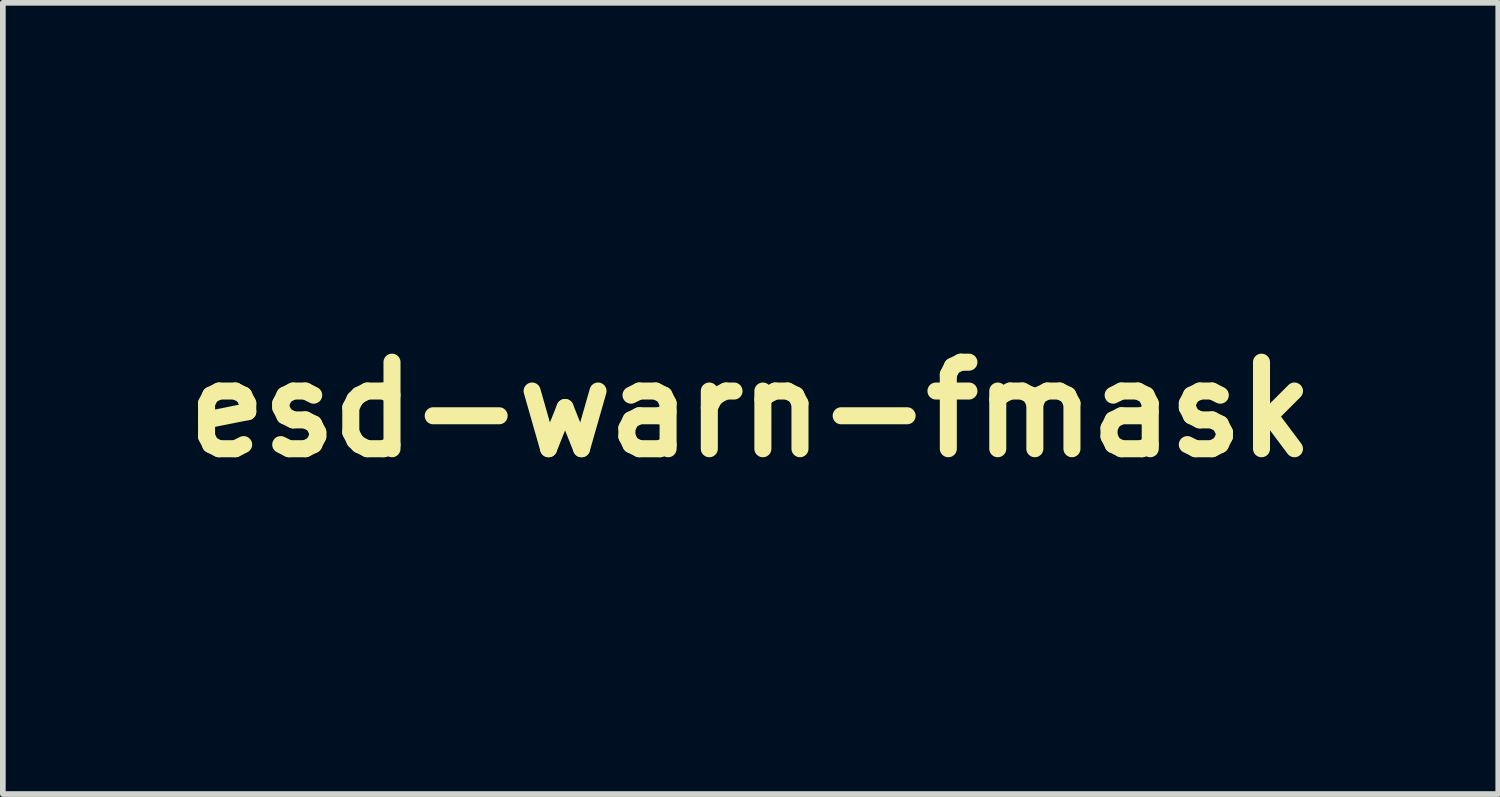
<source format=kicad_pcb>
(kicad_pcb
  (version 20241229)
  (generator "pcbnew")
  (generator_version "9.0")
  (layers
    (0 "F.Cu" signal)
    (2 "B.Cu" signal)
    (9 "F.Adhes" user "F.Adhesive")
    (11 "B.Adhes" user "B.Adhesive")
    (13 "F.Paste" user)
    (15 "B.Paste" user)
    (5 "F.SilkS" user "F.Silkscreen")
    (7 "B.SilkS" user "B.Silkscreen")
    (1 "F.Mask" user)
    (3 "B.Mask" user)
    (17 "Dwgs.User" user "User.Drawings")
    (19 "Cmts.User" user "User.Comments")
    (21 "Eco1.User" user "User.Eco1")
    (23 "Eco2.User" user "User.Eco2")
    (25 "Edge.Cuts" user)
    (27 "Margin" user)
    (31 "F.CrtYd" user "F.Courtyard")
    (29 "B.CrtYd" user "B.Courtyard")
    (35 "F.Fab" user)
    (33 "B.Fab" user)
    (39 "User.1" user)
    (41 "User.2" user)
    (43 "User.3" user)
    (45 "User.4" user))
  (footprint "esd-warn-fmask"
    (layer "F.Cu")
    (at 10.167 4.163)
    (property "Reference" "esd-warn-fmask" (at 0 0 0) (layer "F.SilkS") (effects (font (size 1.524 1.524) (thickness 0.3))))
    (attr through_hole)
    (fp_poly (pts (xy 3.832 3.022) (xy 3.829 3.021) (xy 3.823 3.017) (xy 3.813 3.011) (xy 3.798 3.002) (xy 3.78 2.99) (xy 3.758 2.976) (xy 3.732 2.96) (xy 3.703 2.942) (xy 3.671 2.922) (xy 3.635 2.9) (xy 3.596 2.875) (xy 3.554 2.849) (xy 3.509 2.821) (xy 3.462 2.791) (xy 3.411 2.76) (xy 3.358 2.727) (xy 3.303 2.692) (xy 3.245 2.656) (xy 3.185 2.618) (xy 3.123 2.58) (xy 3.059 2.539) (xy 2.993 2.498) (xy 2.925 2.456) (xy 2.856 2.412) (xy 2.785 2.368) (xy 2.712 2.323) (xy 2.639 2.277) (xy 2.564 2.23) (xy 2.488 2.182) (xy 2.48 2.177) (xy 2.404 2.13) (xy 2.329 2.083) (xy 2.255 2.037) (xy 2.182 1.991) (xy 2.111 1.947) (xy 2.042 1.903) (xy 1.974 1.861) (xy 1.907 1.819) (xy 1.843 1.779) (xy 1.781 1.74) (xy 1.721 1.703) (xy 1.663 1.666) (xy 1.607 1.631) (xy 1.554 1.598) (xy 1.503 1.566) (xy 1.455 1.536) (xy 1.41 1.508) (xy 1.368 1.482) (xy 1.328 1.457) (xy 1.292 1.435) (xy 1.259 1.414) (xy 1.23 1.396) (xy 1.204 1.379) (xy 1.182 1.365) (xy 1.163 1.354) (xy 1.148 1.345) (xy 1.137 1.338) (xy 1.131 1.333) (xy 1.128 1.332) (xy 1.128 1.332) (xy 1.128 1.331) (xy 1.128 1.331) (xy 1.13 1.329) (xy 1.132 1.326) (xy 1.136 1.322) (xy 1.141 1.316) (xy 1.149 1.308) (xy 1.158 1.298) (xy 1.17 1.285) (xy 1.185 1.27) (xy 1.202 1.251) (xy 1.223 1.229) (xy 1.223 1.229) (xy 1.24 1.21) (xy 1.258 1.192) (xy 1.275 1.173) (xy 1.293 1.153) (xy 1.311 1.133) (xy 1.33 1.112) (xy 1.35 1.089) (xy 1.372 1.064) (xy 1.395 1.038) (xy 1.419 1.01) (xy 1.446 0.979) (xy 1.474 0.946) (xy 1.505 0.91) (xy 1.539 0.87) (xy 1.575 0.828) (xy 1.614 0.782) (xy 1.625 0.768) (xy 1.674 0.711) (xy 1.719 0.658) (xy 1.762 0.608) (xy 1.803 0.56) (xy 1.842 0.515) (xy 1.88 0.471) (xy 1.917 0.428) (xy 1.953 0.387) (xy 1.99 0.345) (xy 2.026 0.304) (xy 2.063 0.262) (xy 2.101 0.22) (xy 2.141 0.176) (xy 2.162 0.152) (xy 2.179 0.133) (xy 2.195 0.116) (xy 2.209 0.1) (xy 2.222 0.086) (xy 2.233 0.074) (xy 2.241 0.065) (xy 2.247 0.059) (xy 2.25 0.056) (xy 2.25 0.056) (xy 2.251 0.058) (xy 2.255 0.065) (xy 2.261 0.076) (xy 2.269 0.091) (xy 2.279 0.11) (xy 2.291 0.132) (xy 2.306 0.159) (xy 2.322 0.189) (xy 2.34 0.223) (xy 2.36 0.261) (xy 2.381 0.301) (xy 2.405 0.345) (xy 2.43 0.392) (xy 2.457 0.442) (xy 2.485 0.494) (xy 2.514 0.55) (xy 2.545 0.608) (xy 2.577 0.668) (xy 2.611 0.731) (xy 2.646 0.796) (xy 2.681 0.863) (xy 2.718 0.932) (xy 2.756 1.004) (xy 2.795 1.077) (xy 2.835 1.151) (xy 2.876 1.227) (xy 2.917 1.305) (xy 2.959 1.384) (xy 3.002 1.464) (xy 3.031 1.519) (xy 3.074 1.6) (xy 3.117 1.68) (xy 3.159 1.759) (xy 3.2 1.836) (xy 3.241 1.912) (xy 3.28 1.987) (xy 3.319 2.06) (xy 3.357 2.131) (xy 3.394 2.2) (xy 3.43 2.267) (xy 3.464 2.332) (xy 3.498 2.395) (xy 3.53 2.455) (xy 3.561 2.513) (xy 3.59 2.568) (xy 3.618 2.621) (xy 3.645 2.67) (xy 3.67 2.717) (xy 3.693 2.761) (xy 3.714 2.801) (xy 3.734 2.838) (xy 3.752 2.872) (xy 3.768 2.902) (xy 3.782 2.928) (xy 3.794 2.951) (xy 3.804 2.97) (xy 3.812 2.984) (xy 3.817 2.995) (xy 3.821 3.001) (xy 3.822 3.002) (xy 3.826 3.011) (xy 3.83 3.018) (xy 3.831 3.022) (xy 3.832 3.022)) (stroke (width 0) (type solid)) (fill yes) (layer "F.Mask"))
    (fp_poly (pts (xy 1.478 -1.391) (xy 1.476 -1.389) (xy 1.471 -1.385) (xy 1.462 -1.378) (xy 1.451 -1.37) (xy 1.439 -1.361) (xy 1.425 -1.352) (xy 1.411 -1.342) (xy 1.398 -1.333) (xy 1.392 -1.329) (xy 1.313 -1.279) (xy 1.232 -1.231) (xy 1.149 -1.187) (xy 1.062 -1.145) (xy 0.973 -1.106) (xy 0.881 -1.069) (xy 0.785 -1.035) (xy 0.686 -1.003) (xy 0.582 -0.974) (xy 0.475 -0.947) (xy 0.363 -0.922) (xy 0.278 -0.905) (xy 0.254 -0.9) (xy 0.23 -0.895) (xy 0.206 -0.891) (xy 0.182 -0.887) (xy 0.158 -0.883) (xy 0.133 -0.878) (xy 0.106 -0.874) (xy 0.078 -0.869) (xy 0.048 -0.865) (xy 0.016 -0.86) (xy -0.019 -0.854) (xy -0.057 -0.849) (xy -0.099 -0.842) (xy -0.144 -0.836) (xy -0.193 -0.829) (xy -0.247 -0.821) (xy -0.276 -0.817) (xy -0.326 -0.809) (xy -0.373 -0.802) (xy -0.415 -0.796) (xy -0.454 -0.79) (xy -0.49 -0.784) (xy -0.523 -0.779) (xy -0.554 -0.773) (xy -0.583 -0.768) (xy -0.612 -0.763) (xy -0.64 -0.757) (xy -0.655 -0.754) (xy -0.729 -0.738) (xy -0.798 -0.721) (xy -0.863 -0.702) (xy -0.923 -0.683) (xy -0.979 -0.662) (xy -1.031 -0.639) (xy -1.079 -0.616) (xy -1.124 -0.59) (xy -1.166 -0.563) (xy -1.204 -0.534) (xy -1.24 -0.503) (xy -1.268 -0.476) (xy -1.279 -0.463) (xy -1.29 -0.451) (xy -1.3 -0.439) (xy -1.311 -0.426) (xy -1.322 -0.411) (xy -1.333 -0.394) (xy -1.347 -0.375) (xy -1.362 -0.352) (xy -1.374 -0.333) (xy -1.385 -0.316) (xy -1.395 -0.301) (xy -1.403 -0.288) (xy -1.411 -0.277) (xy -1.416 -0.269) (xy -1.419 -0.265) (xy -1.419 -0.264) (xy -1.422 -0.265) (xy -1.428 -0.269) (xy -1.438 -0.275) (xy -1.452 -0.283) (xy -1.469 -0.293) (xy -1.488 -0.305) (xy -1.511 -0.319) (xy -1.536 -0.334) (xy -1.562 -0.351) (xy -1.591 -0.369) (xy -1.622 -0.388) (xy -1.653 -0.407) (xy -1.665 -0.415) (xy -1.697 -0.435) (xy -1.728 -0.454) (xy -1.758 -0.473) (xy -1.785 -0.49) (xy -1.811 -0.506) (xy -1.834 -0.521) (xy -1.855 -0.534) (xy -1.872 -0.545) (xy -1.887 -0.554) (xy -1.898 -0.561) (xy -1.906 -0.566) (xy -1.909 -0.569) (xy -1.91 -0.569) (xy -1.909 -0.571) (xy -1.905 -0.578) (xy -1.899 -0.589) (xy -1.891 -0.604) (xy -1.881 -0.623) (xy -1.869 -0.646) (xy -1.855 -0.673) (xy -1.838 -0.704) (xy -1.82 -0.738) (xy -1.8 -0.776) (xy -1.778 -0.817) (xy -1.754 -0.862) (xy -1.729 -0.91) (xy -1.702 -0.961) (xy -1.673 -1.015) (xy -1.643 -1.071) (xy -1.611 -1.131) (xy -1.578 -1.193) (xy -1.543 -1.258) (xy -1.508 -1.325) (xy -1.471 -1.395) (xy -1.432 -1.467) (xy -1.393 -1.541) (xy -1.352 -1.617) (xy -1.311 -1.695) (xy -1.268 -1.774) (xy -1.225 -1.856) (xy -1.181 -1.939) (xy -1.136 -2.024) (xy -1.09 -2.11) (xy -1.043 -2.197) (xy -0.996 -2.286) (xy -0.957 -2.358) (xy -0.91 -2.448) (xy -0.863 -2.536) (xy -0.816 -2.623) (xy -0.77 -2.709) (xy -0.725 -2.794) (xy -0.681 -2.877) (xy -0.638 -2.958) (xy -0.595 -3.037) (xy -0.554 -3.115) (xy -0.514 -3.191) (xy -0.474 -3.265) (xy -0.436 -3.337) (xy -0.399 -3.406) (xy -0.363 -3.473) (xy -0.329 -3.537) (xy -0.296 -3.599) (xy -0.264 -3.659) (xy -0.234 -3.715) (xy -0.206 -3.769) (xy -0.179 -3.819) (xy -0.154 -3.867) (xy -0.13 -3.911) (xy -0.108 -3.952) (xy -0.088 -3.989) (xy -0.07 -4.023) (xy -0.054 -4.054) (xy -0.04 -4.08) (xy -0.028 -4.103) (xy -0.018 -4.121) (xy -0.01 -4.136) (xy -0.005 -4.147) (xy -0.001 -4.153) (xy -0.000333 -4.154) (xy 0.004 -4.163) (xy 0.741 -2.778) (xy 0.783 -2.699) (xy 0.824 -2.621) (xy 0.865 -2.545) (xy 0.905 -2.47) (xy 0.944 -2.397) (xy 0.982 -2.325) (xy 1.019 -2.255) (xy 1.056 -2.187) (xy 1.091 -2.12) (xy 1.125 -2.056) (xy 1.158 -1.994) (xy 1.19 -1.934) (xy 1.22 -1.877) (xy 1.249 -1.822) (xy 1.277 -1.77) (xy 1.303 -1.721) (xy 1.328 -1.675) (xy 1.351 -1.631) (xy 1.372 -1.591) (xy 1.392 -1.554) (xy 1.409 -1.521) (xy 1.425 -1.491) (xy 1.439 -1.465) (xy 1.451 -1.442) (xy 1.461 -1.424) (xy 1.469 -1.409) (xy 1.474 -1.399) (xy 1.477 -1.393) (xy 1.478 -1.391)) (stroke (width 0) (type solid)) (fill yes) (layer "F.Mask"))
    (fp_poly (pts (xy 3.486 3.772) (xy -0.369 3.772) (xy -0.376 3.772) (xy -0.376 2.806) (xy -0.379 2.771) (xy -0.387 2.737) (xy -0.399 2.705) (xy -0.404 2.695) (xy -0.414 2.677) (xy -0.426 2.662) (xy -0.44 2.647) (xy -0.457 2.633) (xy -0.461 2.63) (xy -0.489 2.611) (xy -0.514 2.597) (xy -0.539 2.588) (xy -0.562 2.584) (xy -0.585 2.584) (xy -0.608 2.589) (xy -0.63 2.6) (xy -0.653 2.615) (xy -0.676 2.635) (xy -0.686 2.644) (xy -0.695 2.653) (xy -0.704 2.663) (xy -0.713 2.673) (xy -0.722 2.684) (xy -0.732 2.697) (xy -0.743 2.711) (xy -0.754 2.727) (xy -0.768 2.746) (xy -0.783 2.767) (xy -0.8 2.791) (xy -0.819 2.819) (xy -0.84 2.851) (xy -0.842 2.853) (xy -0.865 2.891) (xy -0.883 2.929) (xy -0.898 2.967) (xy -0.908 3.005) (xy -0.913 3.033) (xy -0.914 3.05) (xy -0.915 3.069) (xy -0.914 3.09) (xy -0.913 3.109) (xy -0.912 3.126) (xy -0.91 3.133) (xy -0.903 3.163) (xy -0.894 3.191) (xy -0.883 3.217) (xy -0.87 3.24) (xy -0.855 3.261) (xy -0.839 3.278) (xy -0.823 3.291) (xy -0.806 3.3) (xy -0.799 3.302) (xy -0.787 3.304) (xy -0.772 3.304) (xy -0.758 3.303) (xy -0.747 3.301) (xy -0.732 3.295) (xy -0.715 3.288) (xy -0.697 3.278) (xy -0.679 3.266) (xy -0.67 3.26) (xy -0.646 3.241) (xy -0.619 3.219) (xy -0.592 3.192) (xy -0.563 3.163) (xy -0.535 3.132) (xy -0.506 3.1) (xy -0.484 3.072) (xy -0.455 3.033) (xy -0.431 2.994) (xy -0.411 2.955) (xy -0.396 2.917) (xy -0.385 2.879) (xy -0.378 2.842) (xy -0.376 2.806) (xy -0.376 3.772) (xy -1.621 3.772) (xy -1.621 3.18) (xy -1.623 3.155) (xy -1.627 3.126) (xy -1.633 3.092) (xy -1.641 3.054) (xy -1.651 3.012) (xy -1.664 2.966) (xy -1.667 2.954) (xy -1.677 2.918) (xy -1.686 2.887) (xy -1.695 2.86) (xy -1.703 2.836) (xy -1.71 2.816) (xy -1.717 2.799) (xy -1.725 2.784) (xy -1.732 2.771) (xy -1.74 2.76) (xy -1.748 2.75) (xy -1.757 2.74) (xy -1.764 2.733) (xy -1.787 2.716) (xy -1.812 2.702) (xy -1.839 2.694) (xy -1.868 2.69) (xy -1.877 2.69) (xy -1.899 2.691) (xy -1.917 2.694) (xy -1.933 2.699) (xy -1.938 2.702) (xy -1.946 2.707) (xy -1.952 2.713) (xy -1.956 2.721) (xy -1.958 2.732) (xy -1.959 2.746) (xy -1.959 2.762) (xy -1.959 2.781) (xy -1.957 2.797) (xy -1.954 2.811) (xy -1.953 2.814) (xy -1.941 2.856) (xy -1.925 2.9) (xy -1.906 2.945) (xy -1.883 2.991) (xy -1.857 3.04) (xy -1.826 3.091) (xy -1.794 3.14) (xy -1.776 3.167) (xy -1.76 3.189) (xy -1.746 3.207) (xy -1.734 3.221) (xy -1.722 3.233) (xy -1.711 3.241) (xy -1.701 3.247) (xy -1.691 3.251) (xy -1.69 3.251) (xy -1.682 3.252) (xy -1.67 3.252) (xy -1.658 3.251) (xy -1.648 3.248) (xy -1.644 3.247) (xy -1.635 3.241) (xy -1.629 3.232) (xy -1.624 3.218) (xy -1.621 3.201) (xy -1.621 3.18) (xy -1.621 3.772) (xy -4.224 3.772) (xy -4.212 3.751) (xy -4.211 3.747) (xy -4.207 3.74) (xy -4.2 3.728) (xy -4.192 3.712) (xy -4.181 3.692) (xy -4.168 3.667) (xy -4.153 3.64) (xy -4.136 3.608) (xy -4.117 3.573) (xy -4.097 3.534) (xy -4.074 3.492) (xy -4.05 3.446) (xy -4.024 3.398) (xy -3.997 3.346) (xy -3.967 3.291) (xy -3.937 3.234) (xy -3.905 3.173) (xy -3.871 3.11) (xy -3.836 3.045) (xy -3.8 2.977) (xy -3.763 2.907) (xy -3.724 2.834) (xy -3.684 2.76) (xy -3.643 2.683) (xy -3.602 2.605) (xy -3.559 2.524) (xy -3.515 2.442) (xy -3.471 2.359) (xy -3.425 2.274) (xy -3.379 2.188) (xy -3.333 2.1) (xy -3.286 2.011) (xy -3.25 1.944) (xy -3.202 1.855) (xy -3.155 1.767) (xy -3.109 1.68) (xy -3.063 1.594) (xy -3.018 1.51) (xy -2.974 1.427) (xy -2.931 1.346) (xy -2.888 1.266) (xy -2.847 1.189) (xy -2.807 1.113) (xy -2.768 1.04) (xy -2.729 0.968) (xy -2.693 0.899) (xy -2.657 0.832) (xy -2.623 0.768) (xy -2.59 0.707) (xy -2.558 0.648) (xy -2.528 0.591) (xy -2.5 0.538) (xy -2.473 0.488) (xy -2.448 0.441) (xy -2.424 0.397) (xy -2.403 0.356) (xy -2.383 0.319) (xy -2.365 0.286) (xy -2.349 0.256) (xy -2.335 0.23) (xy -2.323 0.208) (xy -2.313 0.189) (xy -2.305 0.175) (xy -2.3 0.165) (xy -2.297 0.159) (xy -2.296 0.158) (xy -2.293 0.159) (xy -2.287 0.163) (xy -2.277 0.169) (xy -2.263 0.177) (xy -2.246 0.187) (xy -2.227 0.2) (xy -2.204 0.213) (xy -2.18 0.229) (xy -2.153 0.245) (xy -2.125 0.263) (xy -2.095 0.281) (xy -2.065 0.3) (xy -1.836 0.443) (xy -1.841 0.451) (xy -1.843 0.454) (xy -1.847 0.462) (xy -1.854 0.473) (xy -1.862 0.487) (xy -1.871 0.505) (xy -1.883 0.525) (xy -1.895 0.547) (xy -1.908 0.571) (xy -1.922 0.596) (xy -1.93 0.611) (xy -1.967 0.677) (xy -2.002 0.739) (xy -2.035 0.798) (xy -2.066 0.852) (xy -2.095 0.903) (xy -2.122 0.95) (xy -2.148 0.995) (xy -2.173 1.036) (xy -2.197 1.076) (xy -2.219 1.112) (xy -2.238 1.142) (xy -2.249 1.16) (xy -2.258 1.175) (xy -2.266 1.188) (xy -2.271 1.198) (xy -2.276 1.208) (xy -2.28 1.218) (xy -2.284 1.228) (xy -2.286 1.234) (xy -2.293 1.258) (xy -2.297 1.284) (xy -2.3 1.312) (xy -2.301 1.343) (xy -2.301 1.364) (xy -2.3 1.386) (xy -2.298 1.408) (xy -2.296 1.43) (xy -2.292 1.455) (xy -2.288 1.481) (xy -2.283 1.51) (xy -2.276 1.542) (xy -2.268 1.577) (xy -2.259 1.617) (xy -2.253 1.644) (xy -2.241 1.696) (xy -2.228 1.751) (xy -2.215 1.81) (xy -2.202 1.873) (xy -2.188 1.939) (xy -2.174 2.007) (xy -2.164 2.058) (xy -2.157 2.092) (xy -2.15 2.125) (xy -2.143 2.159) (xy -2.136 2.192) (xy -2.129 2.223) (xy -2.123 2.252) (xy -2.117 2.278) (xy -2.112 2.299) (xy -2.111 2.301) (xy -2.098 2.353) (xy -2.084 2.4) (xy -2.069 2.442) (xy -2.054 2.48) (xy -2.039 2.514) (xy -2.022 2.544) (xy -2.005 2.57) (xy -1.987 2.593) (xy -1.979 2.601) (xy -1.968 2.61) (xy -1.958 2.618) (xy -1.948 2.622) (xy -1.936 2.625) (xy -1.922 2.626) (xy -1.905 2.625) (xy -1.885 2.622) (xy -1.867 2.618) (xy -1.85 2.615) (xy -1.836 2.613) (xy -1.825 2.612) (xy -1.815 2.611) (xy -1.804 2.611) (xy -1.803 2.611) (xy -1.791 2.612) (xy -1.781 2.614) (xy -1.773 2.616) (xy -1.764 2.62) (xy -1.76 2.622) (xy -1.742 2.632) (xy -1.728 2.645) (xy -1.727 2.646) (xy -1.717 2.657) (xy -1.707 2.67) (xy -1.698 2.684) (xy -1.689 2.7) (xy -1.681 2.718) (xy -1.673 2.739) (xy -1.664 2.763) (xy -1.655 2.79) (xy -1.646 2.821) (xy -1.637 2.855) (xy -1.627 2.894) (xy -1.617 2.937) (xy -1.613 2.952) (xy -1.603 2.993) (xy -1.594 3.029) (xy -1.587 3.061) (xy -1.58 3.089) (xy -1.573 3.113) (xy -1.567 3.134) (xy -1.562 3.153) (xy -1.557 3.168) (xy -1.553 3.182) (xy -1.549 3.194) (xy -1.546 3.2) (xy -1.536 3.222) (xy -1.527 3.238) (xy -1.517 3.25) (xy -1.508 3.258) (xy -1.498 3.261) (xy -1.494 3.261) (xy -1.486 3.261) (xy -1.48 3.259) (xy -1.475 3.256) (xy -1.468 3.249) (xy -1.46 3.242) (xy -1.443 3.223) (xy -1.426 3.199) (xy -1.408 3.171) (xy -1.391 3.14) (xy -1.374 3.107) (xy -1.358 3.073) (xy -1.344 3.037) (xy -1.331 3.001) (xy -1.326 2.985) (xy -1.309 2.922) (xy -1.297 2.86) (xy -1.289 2.798) (xy -1.287 2.737) (xy -1.29 2.677) (xy -1.297 2.618) (xy -1.302 2.592) (xy -1.312 2.545) (xy -1.325 2.503) (xy -1.338 2.464) (xy -1.354 2.428) (xy -1.372 2.395) (xy -1.384 2.376) (xy -1.39 2.368) (xy -1.395 2.36) (xy -1.402 2.352) (xy -1.408 2.344) (xy -1.417 2.334) (xy -1.427 2.323) (xy -1.439 2.31) (xy -1.454 2.294) (xy -1.467 2.28) (xy -1.479 2.267) (xy -1.488 2.256) (xy -1.496 2.244) (xy -1.502 2.233) (xy -1.506 2.22) (xy -1.509 2.207) (xy -1.51 2.19) (xy -1.511 2.172) (xy -1.51 2.149) (xy -1.508 2.123) (xy -1.507 2.109) (xy -1.504 2.06) (xy -1.502 2.012) (xy -1.5 1.962) (xy -1.499 1.911) (xy -1.498 1.858) (xy -1.499 1.802) (xy -1.5 1.744) (xy -1.502 1.681) (xy -1.504 1.615) (xy -1.508 1.545) (xy -1.509 1.51) (xy -1.51 1.477) (xy -1.511 1.446) (xy -1.512 1.418) (xy -1.512 1.393) (xy -1.512 1.372) (xy -1.511 1.355) (xy -1.51 1.341) (xy -1.509 1.335) (xy -1.505 1.324) (xy -1.499 1.309) (xy -1.491 1.291) (xy -1.48 1.271) (xy -1.468 1.247) (xy -1.454 1.222) (xy -1.438 1.195) (xy -1.421 1.166) (xy -1.404 1.137) (xy -1.385 1.107) (xy -1.367 1.078) (xy -1.348 1.048) (xy -1.329 1.02) (xy -1.31 0.993) (xy -1.292 0.967) (xy -1.275 0.943) (xy -1.275 0.943) (xy -1.264 0.929) (xy -1.253 0.915) (xy -1.242 0.9) (xy -1.231 0.886) (xy -1.22 0.874) (xy -1.211 0.863) (xy -1.204 0.854) (xy -1.199 0.849) (xy -1.198 0.849) (xy -1.196 0.848) (xy -1.194 0.848) (xy -1.19 0.849) (xy -1.185 0.852) (xy -1.177 0.856) (xy -1.167 0.862) (xy -1.153 0.871) (xy -1.136 0.881) (xy -1.123 0.889) (xy -1.106 0.9) (xy -1.09 0.91) (xy -1.076 0.919) (xy -1.064 0.926) (xy -1.055 0.932) (xy -1.049 0.935) (xy -1.048 0.936) (xy -1.045 0.939) (xy -1.046 0.94) (xy -1.05 0.943) (xy -1.052 0.943) (xy -1.061 0.948) (xy -1.072 0.956) (xy -1.084 0.966) (xy -1.096 0.979) (xy -1.111 0.995) (xy -1.127 1.014) (xy -1.145 1.037) (xy -1.165 1.063) (xy -1.188 1.093) (xy -1.203 1.115) (xy -1.228 1.149) (xy -1.251 1.18) (xy -1.273 1.209) (xy -1.295 1.237) (xy -1.311 1.256) (xy -1.329 1.279) (xy -1.344 1.3) (xy -1.355 1.32) (xy -1.364 1.339) (xy -1.37 1.358) (xy -1.374 1.379) (xy -1.376 1.401) (xy -1.377 1.427) (xy -1.377 1.431) (xy -1.377 1.449) (xy -1.376 1.467) (xy -1.375 1.486) (xy -1.373 1.506) (xy -1.37 1.529) (xy -1.366 1.554) (xy -1.361 1.583) (xy -1.356 1.617) (xy -1.352 1.647) (xy -1.349 1.675) (xy -1.347 1.701) (xy -1.346 1.729) (xy -1.346 1.757) (xy -1.346 1.758) (xy -1.346 1.785) (xy -1.347 1.811) (xy -1.349 1.836) (xy -1.352 1.862) (xy -1.357 1.889) (xy -1.362 1.919) (xy -1.366 1.937) (xy -1.372 1.968) (xy -1.377 1.995) (xy -1.381 2.018) (xy -1.383 2.04) (xy -1.385 2.059) (xy -1.385 2.077) (xy -1.384 2.095) (xy -1.382 2.114) (xy -1.38 2.129) (xy -1.375 2.16) (xy -1.368 2.191) (xy -1.36 2.22) (xy -1.351 2.248) (xy -1.341 2.274) (xy -1.331 2.297) (xy -1.32 2.317) (xy -1.309 2.334) (xy -1.298 2.346) (xy -1.287 2.355) (xy -1.281 2.357) (xy -1.268 2.359) (xy -1.253 2.356) (xy -1.237 2.35) (xy -1.218 2.341) (xy -1.2 2.328) (xy -1.18 2.313) (xy -1.161 2.296) (xy -1.142 2.276) (xy -1.124 2.255) (xy -1.108 2.232) (xy -1.104 2.227) (xy -1.084 2.192) (xy -1.068 2.155) (xy -1.055 2.115) (xy -1.047 2.074) (xy -1.042 2.034) (xy -1.042 1.994) (xy -1.044 1.977) (xy -1.046 1.956) (xy -1.05 1.937) (xy -1.054 1.917) (xy -1.059 1.898) (xy -1.066 1.877) (xy -1.074 1.855) (xy -1.084 1.829) (xy -1.096 1.801) (xy -1.104 1.783) (xy -1.113 1.763) (xy -1.122 1.742) (xy -1.131 1.721) (xy -1.14 1.701) (xy -1.147 1.684) (xy -1.15 1.676) (xy -1.165 1.641) (xy -1.176 1.609) (xy -1.186 1.58) (xy -1.192 1.553) (xy -1.197 1.527) (xy -1.199 1.502) (xy -1.198 1.477) (xy -1.194 1.451) (xy -1.189 1.424) (xy -1.18 1.396) (xy -1.169 1.365) (xy -1.156 1.33) (xy -1.142 1.298) (xy -1.123 1.257) (xy -1.104 1.218) (xy -1.085 1.182) (xy -1.064 1.145) (xy -1.04 1.106) (xy -1.028 1.088) (xy -1.019 1.074) (xy -1.01 1.06) (xy -1.002 1.047) (xy -0.996 1.037) (xy -0.992 1.03) (xy -0.991 1.029) (xy -0.986 1.015) (xy -0.983 1.001) (xy -0.984 0.989) (xy -0.985 0.983) (xy -0.987 0.978) (xy -0.987 0.975) (xy -0.987 0.975) (xy -0.984 0.977) (xy -0.978 0.98) (xy -0.968 0.986) (xy -0.955 0.994) (xy -0.939 1.004) (xy -0.922 1.015) (xy -0.902 1.027) (xy -0.881 1.04) (xy -0.86 1.054) (xy -0.837 1.068) (xy -0.814 1.082) (xy -0.792 1.096) (xy -0.77 1.11) (xy -0.749 1.123) (xy -0.73 1.136) (xy -0.713 1.147) (xy -0.697 1.157) (xy -0.685 1.165) (xy -0.675 1.171) (xy -0.669 1.175) (xy -0.667 1.177) (xy -0.667 1.177) (xy -0.671 1.178) (xy -0.674 1.178) (xy -0.682 1.18) (xy -0.693 1.186) (xy -0.705 1.194) (xy -0.718 1.204) (xy -0.724 1.211) (xy -0.742 1.233) (xy -0.756 1.26) (xy -0.769 1.29) (xy -0.778 1.324) (xy -0.778 1.324) (xy -0.778 1.166) (xy -0.781 1.148) (xy -0.789 1.13) (xy -0.802 1.111) (xy -0.803 1.11) (xy -0.816 1.097) (xy -0.83 1.089) (xy -0.845 1.086) (xy -0.861 1.088) (xy -0.878 1.095) (xy -0.896 1.107) (xy -0.906 1.115) (xy -0.928 1.137) (xy -0.949 1.164) (xy -0.97 1.195) (xy -0.989 1.229) (xy -1.007 1.265) (xy -1.024 1.304) (xy -1.038 1.344) (xy -1.051 1.385) (xy -1.06 1.427) (xy -1.068 1.467) (xy -1.068 1.471) (xy -1.071 1.51) (xy -1.072 1.551) (xy -1.069 1.595) (xy -1.064 1.64) (xy -1.056 1.684) (xy -1.046 1.728) (xy -1.034 1.77) (xy -1.019 1.809) (xy -1.006 1.839) (xy -0.995 1.859) (xy -0.983 1.877) (xy -0.971 1.893) (xy -0.958 1.907) (xy -0.947 1.918) (xy -0.936 1.924) (xy -0.927 1.927) (xy -0.919 1.927) (xy -0.91 1.924) (xy -0.908 1.923) (xy -0.896 1.915) (xy -0.886 1.903) (xy -0.876 1.886) (xy -0.868 1.866) (xy -0.861 1.842) (xy -0.856 1.816) (xy -0.852 1.788) (xy -0.85 1.758) (xy -0.849 1.726) (xy -0.851 1.695) (xy -0.853 1.671) (xy -0.856 1.647) (xy -0.859 1.623) (xy -0.864 1.597) (xy -0.87 1.569) (xy -0.877 1.537) (xy -0.882 1.517) (xy -0.89 1.485) (xy -0.896 1.457) (xy -0.901 1.433) (xy -0.905 1.412) (xy -0.907 1.394) (xy -0.909 1.378) (xy -0.909 1.365) (xy -0.909 1.362) (xy -0.908 1.35) (xy -0.906 1.34) (xy -0.903 1.331) (xy -0.897 1.322) (xy -0.89 1.313) (xy -0.879 1.303) (xy -0.867 1.292) (xy -0.848 1.274) (xy -0.83 1.257) (xy -0.814 1.239) (xy -0.801 1.223) (xy -0.791 1.209) (xy -0.787 1.202) (xy -0.78 1.184) (xy -0.778 1.166) (xy -0.778 1.324) (xy -0.785 1.361) (xy -0.789 1.402) (xy -0.79 1.41) (xy -0.79 1.451) (xy -0.789 1.491) (xy -0.784 1.529) (xy -0.778 1.565) (xy -0.769 1.598) (xy -0.759 1.628) (xy -0.752 1.642) (xy -0.745 1.654) (xy -0.737 1.666) (xy -0.728 1.676) (xy -0.719 1.683) (xy -0.714 1.686) (xy -0.701 1.689) (xy -0.687 1.687) (xy -0.672 1.681) (xy -0.657 1.671) (xy -0.644 1.659) (xy -0.628 1.641) (xy -0.617 1.62) (xy -0.61 1.596) (xy -0.607 1.571) (xy -0.608 1.557) (xy -0.611 1.534) (xy -0.618 1.513) (xy -0.628 1.495) (xy -0.629 1.493) (xy -0.638 1.478) (xy -0.645 1.464) (xy -0.649 1.45) (xy -0.652 1.432) (xy -0.653 1.425) (xy -0.655 1.4) (xy -0.653 1.378) (xy -0.648 1.358) (xy -0.639 1.341) (xy -0.627 1.325) (xy -0.616 1.314) (xy -0.607 1.306) (xy -0.6 1.299) (xy -0.595 1.292) (xy -0.593 1.29) (xy -0.591 1.282) (xy -0.589 1.271) (xy -0.59 1.258) (xy -0.591 1.244) (xy -0.593 1.234) (xy -0.595 1.227) (xy -0.596 1.221) (xy -0.596 1.22) (xy -0.594 1.221) (xy -0.588 1.225) (xy -0.578 1.231) (xy -0.565 1.239) (xy -0.549 1.248) (xy -0.531 1.26) (xy -0.51 1.273) (xy -0.488 1.287) (xy -0.464 1.301) (xy -0.453 1.308) (xy -0.429 1.324) (xy -0.406 1.338) (xy -0.384 1.352) (xy -0.364 1.364) (xy -0.347 1.375) (xy -0.332 1.384) (xy -0.321 1.391) (xy -0.313 1.396) (xy -0.308 1.399) (xy -0.308 1.399) (xy -0.307 1.403) (xy -0.309 1.41) (xy -0.314 1.42) (xy -0.321 1.432) (xy -0.331 1.448) (xy -0.343 1.465) (xy -0.357 1.484) (xy -0.372 1.504) (xy -0.389 1.526) (xy -0.407 1.548) (xy -0.416 1.559) (xy -0.426 1.571) (xy -0.437 1.584) (xy -0.448 1.597) (xy -0.461 1.611) (xy -0.475 1.627) (xy -0.492 1.646) (xy -0.51 1.666) (xy -0.531 1.69) (xy -0.555 1.716) (xy -0.564 1.726) (xy -0.6 1.766) (xy -0.634 1.804) (xy -0.664 1.838) (xy -0.692 1.87) (xy -0.718 1.9) (xy -0.741 1.928) (xy -0.763 1.955) (xy -0.783 1.98) (xy -0.802 2.005) (xy -0.82 2.03) (xy -0.835 2.05) (xy -0.861 2.088) (xy -0.887 2.128) (xy -0.91 2.168) (xy -0.93 2.208) (xy -0.948 2.246) (xy -0.962 2.281) (xy -0.969 2.303) (xy -0.976 2.325) (xy -0.981 2.347) (xy -0.986 2.371) (xy -0.989 2.396) (xy -0.992 2.425) (xy -0.994 2.457) (xy -0.995 2.475) (xy -0.997 2.5) (xy -0.998 2.525) (xy -1 2.551) (xy -1.002 2.579) (xy -1.004 2.61) (xy -1.007 2.643) (xy -1.01 2.68) (xy -1.013 2.721) (xy -1.015 2.743) (xy -1.018 2.782) (xy -1.02 2.816) (xy -1.022 2.846) (xy -1.024 2.872) (xy -1.024 2.894) (xy -1.024 2.912) (xy -1.024 2.928) (xy -1.022 2.94) (xy -1.021 2.95) (xy -1.018 2.957) (xy -1.015 2.963) (xy -1.011 2.967) (xy -1.005 2.971) (xy -0.999 2.971) (xy -0.993 2.967) (xy -0.988 2.962) (xy -0.984 2.958) (xy -0.98 2.953) (xy -0.976 2.947) (xy -0.971 2.939) (xy -0.965 2.93) (xy -0.959 2.918) (xy -0.951 2.903) (xy -0.941 2.884) (xy -0.929 2.862) (xy -0.929 2.861) (xy -0.914 2.832) (xy -0.9 2.807) (xy -0.888 2.785) (xy -0.877 2.765) (xy -0.867 2.747) (xy -0.857 2.73) (xy -0.847 2.714) (xy -0.843 2.708) (xy -0.814 2.665) (xy -0.784 2.627) (xy -0.755 2.593) (xy -0.725 2.565) (xy -0.695 2.542) (xy -0.664 2.524) (xy -0.634 2.51) (xy -0.618 2.505) (xy -0.598 2.502) (xy -0.575 2.5) (xy -0.549 2.5) (xy -0.523 2.502) (xy -0.496 2.506) (xy -0.471 2.512) (xy -0.448 2.519) (xy -0.447 2.519) (xy -0.423 2.53) (xy -0.401 2.542) (xy -0.382 2.556) (xy -0.366 2.572) (xy -0.351 2.592) (xy -0.336 2.615) (xy -0.323 2.642) (xy -0.313 2.664) (xy -0.305 2.682) (xy -0.296 2.695) (xy -0.288 2.703) (xy -0.279 2.707) (xy -0.275 2.707) (xy -0.27 2.707) (xy -0.265 2.706) (xy -0.26 2.704) (xy -0.254 2.701) (xy -0.248 2.696) (xy -0.241 2.69) (xy -0.232 2.681) (xy -0.222 2.671) (xy -0.211 2.658) (xy -0.198 2.642) (xy -0.183 2.624) (xy -0.166 2.603) (xy -0.147 2.578) (xy -0.125 2.55) (xy -0.1 2.518) (xy -0.093 2.509) (xy -0.065 2.474) (xy -0.04 2.442) (xy -0.018 2.413) (xy 0.003 2.387) (xy 0.022 2.363) (xy 0.039 2.342) (xy 0.056 2.321) (xy 0.072 2.302) (xy 0.088 2.283) (xy 0.103 2.265) (xy 0.119 2.246) (xy 0.136 2.226) (xy 0.142 2.22) (xy 0.178 2.179) (xy 0.216 2.137) (xy 0.255 2.096) (xy 0.295 2.055) (xy 0.334 2.016) (xy 0.372 1.979) (xy 0.409 1.945) (xy 0.443 1.914) (xy 0.446 1.912) (xy 0.474 1.888) (xy 0.482 1.893) (xy 0.486 1.895) (xy 0.493 1.9) (xy 0.505 1.907) (xy 0.52 1.917) (xy 0.539 1.929) (xy 0.562 1.943) (xy 0.588 1.96) (xy 0.618 1.978) (xy 0.651 1.999) (xy 0.687 2.021) (xy 0.725 2.045) (xy 0.767 2.071) (xy 0.811 2.099) (xy 0.858 2.128) (xy 0.907 2.159) (xy 0.959 2.191) (xy 1.012 2.225) (xy 1.068 2.26) (xy 1.126 2.296) (xy 1.185 2.333) (xy 1.246 2.371) (xy 1.308 2.41) (xy 1.372 2.449) (xy 1.436 2.49) (xy 1.502 2.531) (xy 1.569 2.573) (xy 1.637 2.615) (xy 1.705 2.658) (xy 1.774 2.701) (xy 1.843 2.744) (xy 1.913 2.788) (xy 1.982 2.831) (xy 2.052 2.875) (xy 2.121 2.918) (xy 2.19 2.962) (xy 2.259 3.005) (xy 2.327 3.047) (xy 2.395 3.09) (xy 2.462 3.131) (xy 2.528 3.172) (xy 2.592 3.213) (xy 2.656 3.253) (xy 2.718 3.292) (xy 2.779 3.33) (xy 2.838 3.367) (xy 2.895 3.402) (xy 2.951 3.437) (xy 3.004 3.471) (xy 3.056 3.503) (xy 3.105 3.533) (xy 3.151 3.562) (xy 3.195 3.59) (xy 3.237 3.616) (xy 3.275 3.64) (xy 3.311 3.662) (xy 3.343 3.683) (xy 3.373 3.701) (xy 3.399 3.717) (xy 3.421 3.731) (xy 3.44 3.743) (xy 3.455 3.753) (xy 3.467 3.76) (xy 3.474 3.764) (xy 3.477 3.766) (xy 3.477 3.766) (xy 3.486 3.772)) (stroke (width 0) (type solid)) (fill yes) (layer "F.Mask")))
  (gr_rect
    (start -3 -3)
    (end 23.335 10.934)
    (stroke (width 0.1) (type default))
    (fill no)
    (layer "Edge.Cuts")))
</source>
